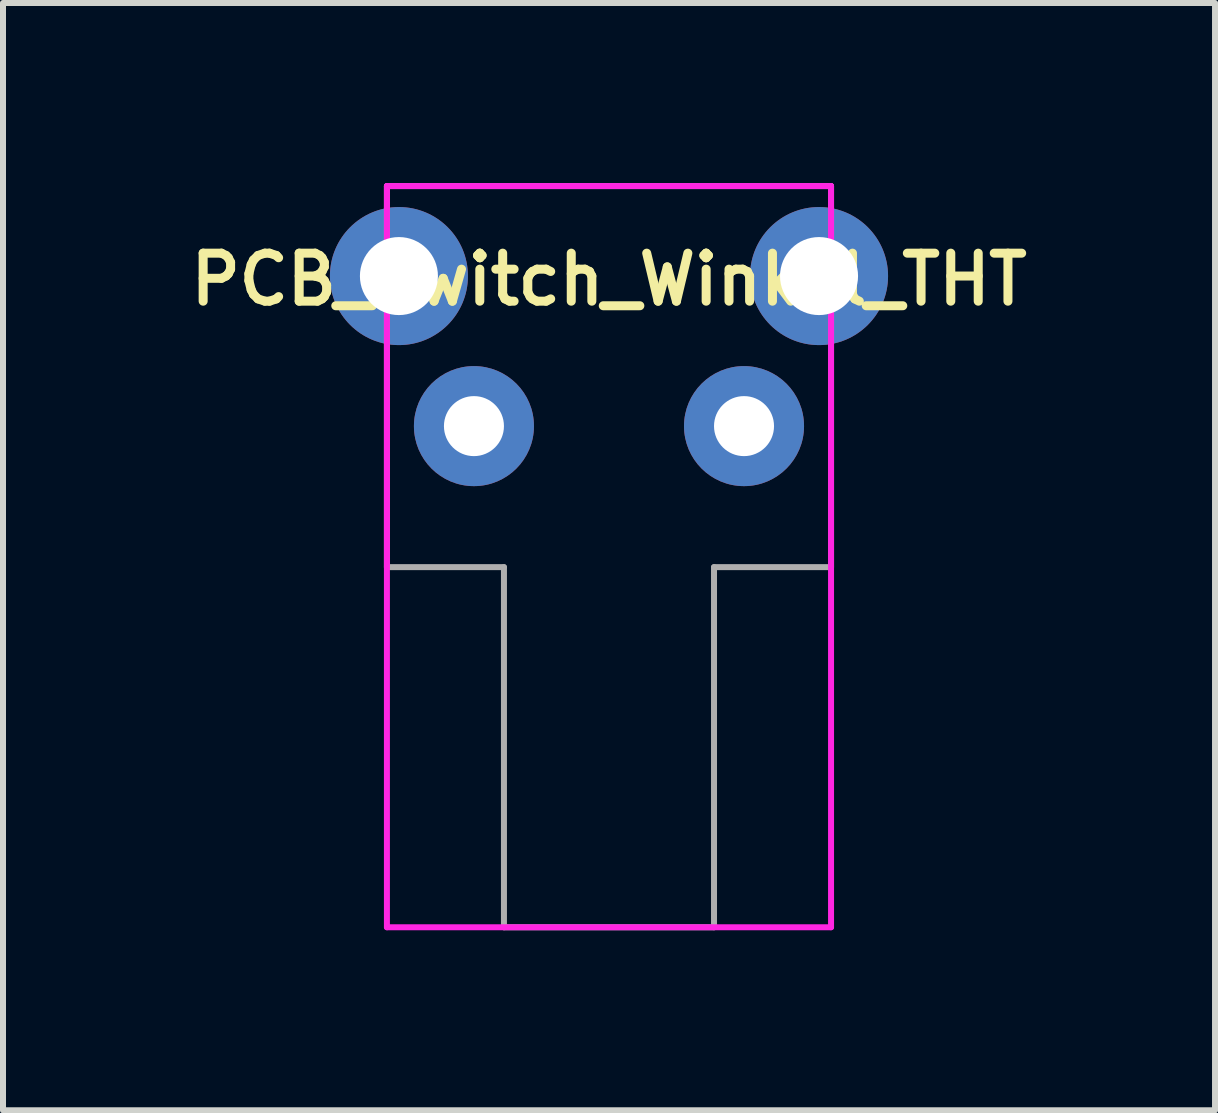
<source format=kicad_pcb>
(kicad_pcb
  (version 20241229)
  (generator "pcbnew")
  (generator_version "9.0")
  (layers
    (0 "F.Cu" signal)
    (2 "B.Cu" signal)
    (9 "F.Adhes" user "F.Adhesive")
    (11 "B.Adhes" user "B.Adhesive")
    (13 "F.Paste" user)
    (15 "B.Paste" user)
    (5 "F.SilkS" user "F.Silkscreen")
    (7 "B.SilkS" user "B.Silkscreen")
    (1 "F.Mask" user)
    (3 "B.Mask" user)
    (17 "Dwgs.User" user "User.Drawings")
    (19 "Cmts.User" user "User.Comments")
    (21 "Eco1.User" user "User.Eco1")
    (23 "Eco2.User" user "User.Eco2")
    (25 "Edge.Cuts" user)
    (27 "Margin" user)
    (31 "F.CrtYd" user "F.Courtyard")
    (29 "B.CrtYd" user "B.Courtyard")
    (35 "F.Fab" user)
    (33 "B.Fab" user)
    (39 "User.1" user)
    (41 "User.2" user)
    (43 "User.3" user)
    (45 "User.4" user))
  (footprint "PCB_Switch_Winkel_THT"
    (layer "F.Cu")
    (at 7.097 2.8)
    (property "Reference" "PCB_Switch_Winkel_THT" (at 0 -1.194 0) (layer "F.SilkS") (effects (font (size 0.8 0.8) (thickness 0.15))))
    (attr through_hole)
    (fp_line (start -3.7 -2.75) (end 3.7 -2.75) (stroke (width 0.1) (type solid)) (layer "F.CrtYd"))
    (fp_line (start -3.7 9.6) (end -3.7 -2.75) (stroke (width 0.1) (type solid)) (layer "F.CrtYd"))
    (fp_line (start -3.7 9.6) (end 3.7 9.6) (stroke (width 0.1) (type solid)) (layer "F.CrtYd"))
    (fp_line (start 3.7 -2.75) (end 3.7 9.6) (stroke (width 0.1) (type solid)) (layer "F.CrtYd"))
    (fp_line (start -3.7 -2.75) (end 3.7 -2.75) (stroke (width 0.1) (type solid)) (layer "F.Fab"))
    (fp_line (start -3.7 3.6) (end -3.7 -2.75) (stroke (width 0.1) (type solid)) (layer "F.Fab"))
    (fp_line (start -1.75 3.6) (end -3.7 3.6) (stroke (width 0.1) (type solid)) (layer "F.Fab"))
    (fp_line (start -1.75 9.6) (end -1.75 3.6) (stroke (width 0.1) (type solid)) (layer "F.Fab"))
    (fp_line (start 1.75 3.6) (end 1.75 9.6) (stroke (width 0.1) (type solid)) (layer "F.Fab"))
    (fp_line (start 1.75 9.6) (end -1.75 9.6) (stroke (width 0.1) (type solid)) (layer "F.Fab"))
    (fp_line (start 3.7 -2.75) (end 3.7 3.6) (stroke (width 0.1) (type solid)) (layer "F.Fab"))
    (fp_line (start 3.7 3.6) (end 1.75 3.6) (stroke (width 0.1) (type solid)) (layer "F.Fab"))
    (pad "1" thru_hole circle (at -2.25 1.25) (size 2 2) (drill 1) (layers "*.Cu" "*.Mask"))
    (pad "2" thru_hole circle (at 2.25 1.25) (size 2 2) (drill 1) (layers "*.Cu" "*.Mask"))
    (pad "3" thru_hole circle (at -3.5 -1.25) (size 2.3 2.3) (drill 1.3) (layers "*.Cu" "*.Mask"))
    (pad "4" thru_hole circle (at 3.5 -1.25) (size 2.3 2.3) (drill 1.3) (layers "*.Cu" "*.Mask")))
  (gr_rect
    (start -3 -3)
    (end 17.195 15.45)
    (stroke (width 0.1) (type default))
    (fill no)
    (layer "Edge.Cuts")))
</source>
